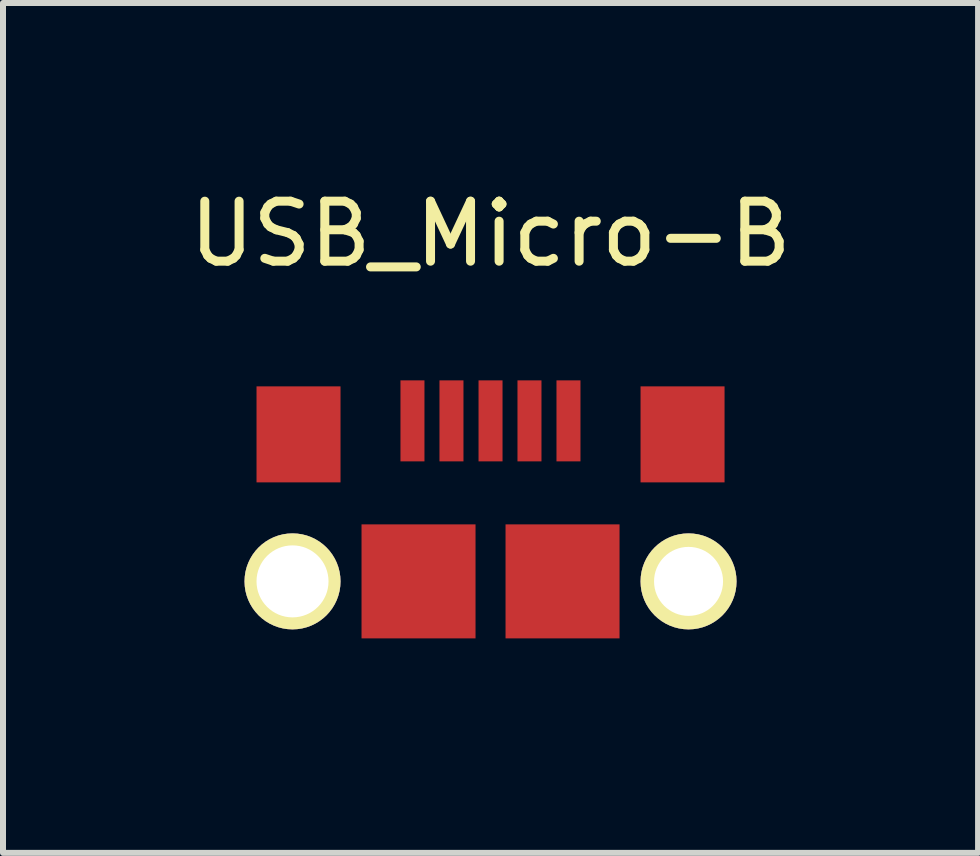
<source format=kicad_pcb>
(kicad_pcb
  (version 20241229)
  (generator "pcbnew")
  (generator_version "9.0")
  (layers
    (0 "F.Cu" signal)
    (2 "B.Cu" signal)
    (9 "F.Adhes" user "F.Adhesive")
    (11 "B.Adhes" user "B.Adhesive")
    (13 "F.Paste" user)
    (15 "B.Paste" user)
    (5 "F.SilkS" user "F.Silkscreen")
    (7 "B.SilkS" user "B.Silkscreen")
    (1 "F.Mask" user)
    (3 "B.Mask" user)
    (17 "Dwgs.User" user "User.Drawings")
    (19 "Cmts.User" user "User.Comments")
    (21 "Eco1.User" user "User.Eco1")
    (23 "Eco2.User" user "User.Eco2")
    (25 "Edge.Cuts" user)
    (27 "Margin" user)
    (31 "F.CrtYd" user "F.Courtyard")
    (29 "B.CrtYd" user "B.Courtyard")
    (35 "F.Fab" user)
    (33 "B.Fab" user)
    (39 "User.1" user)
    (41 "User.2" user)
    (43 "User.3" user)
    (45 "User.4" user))
  (footprint "USB_Micro-B"
    (layer "F.Cu")
    (at 5.125 6.639)
    (property "Reference" "USB_Micro-B" (at 0 -5.791 0) (layer "F.SilkS") (effects (font (size 1 1) (thickness 0.15))))
    (attr smd)
    (fp_line (start -5 -5) (end 5 -5) (stroke (width 0.15) (type solid)) (layer "Eco1.User"))
    (fp_line (start -5 1.45) (end -5 -5) (stroke (width 0.15) (type solid)) (layer "Eco1.User"))
    (fp_line (start -5 1.45) (end 5 1.45) (stroke (width 0.15) (type solid)) (layer "Eco1.User"))
    (fp_line (start 5 -5) (end 5 1.45) (stroke (width 0.15) (type solid)) (layer "Eco1.User"))
    (pad "1" smd rect (at -1.301 -2.675 90) (size 1.35 0.4) (layers "F.Cu" "F.Mask" "F.Paste"))
    (pad "2" smd rect (at -0.651 -2.675 90) (size 1.35 0.4) (layers "F.Cu" "F.Mask" "F.Paste"))
    (pad "3" smd rect (at 0 -2.675 90) (size 1.35 0.4) (layers "F.Cu" "F.Mask" "F.Paste"))
    (pad "4" smd rect (at 0.649 -2.675 90) (size 1.35 0.4) (layers "F.Cu" "F.Mask" "F.Paste"))
    (pad "5" smd rect (at 1.299 -2.675 90) (size 1.35 0.4) (layers "F.Cu" "F.Mask" "F.Paste"))
    (pad "6" smd rect (at -3.2 -2.45 90) (size 1.6 1.4) (layers "F.Cu" "F.Mask" "F.Paste"))
    (pad "6" smd rect (at 3.2 -2.45 90) (size 1.6 1.4) (layers "F.Cu" "F.Mask" "F.Paste"))
    (pad "7" smd rect (at 1.2 0 90) (size 1.9 1.9) (layers "F.Cu" "F.Mask" "F.Paste"))
    (pad "8" thru_hole circle (at -3.3 0 90) (size 1.6 1.6) (drill 1.2) (layers "*.Cu" "*.Mask" "F.SilkS"))
    (pad "8" smd rect (at -1.2 0 90) (size 1.9 1.9) (layers "F.Cu" "F.Mask" "F.Paste"))
    (pad "9" thru_hole circle (at 3.3 0 90) (size 1.6 1.6) (drill 1.15) (layers "*.Cu" "*.Mask" "F.SilkS")))
  (gr_rect
    (start -3 -3)
    (end 13.25 11.164)
    (stroke (width 0.1) (type default))
    (fill no)
    (layer "Edge.Cuts")))
</source>
